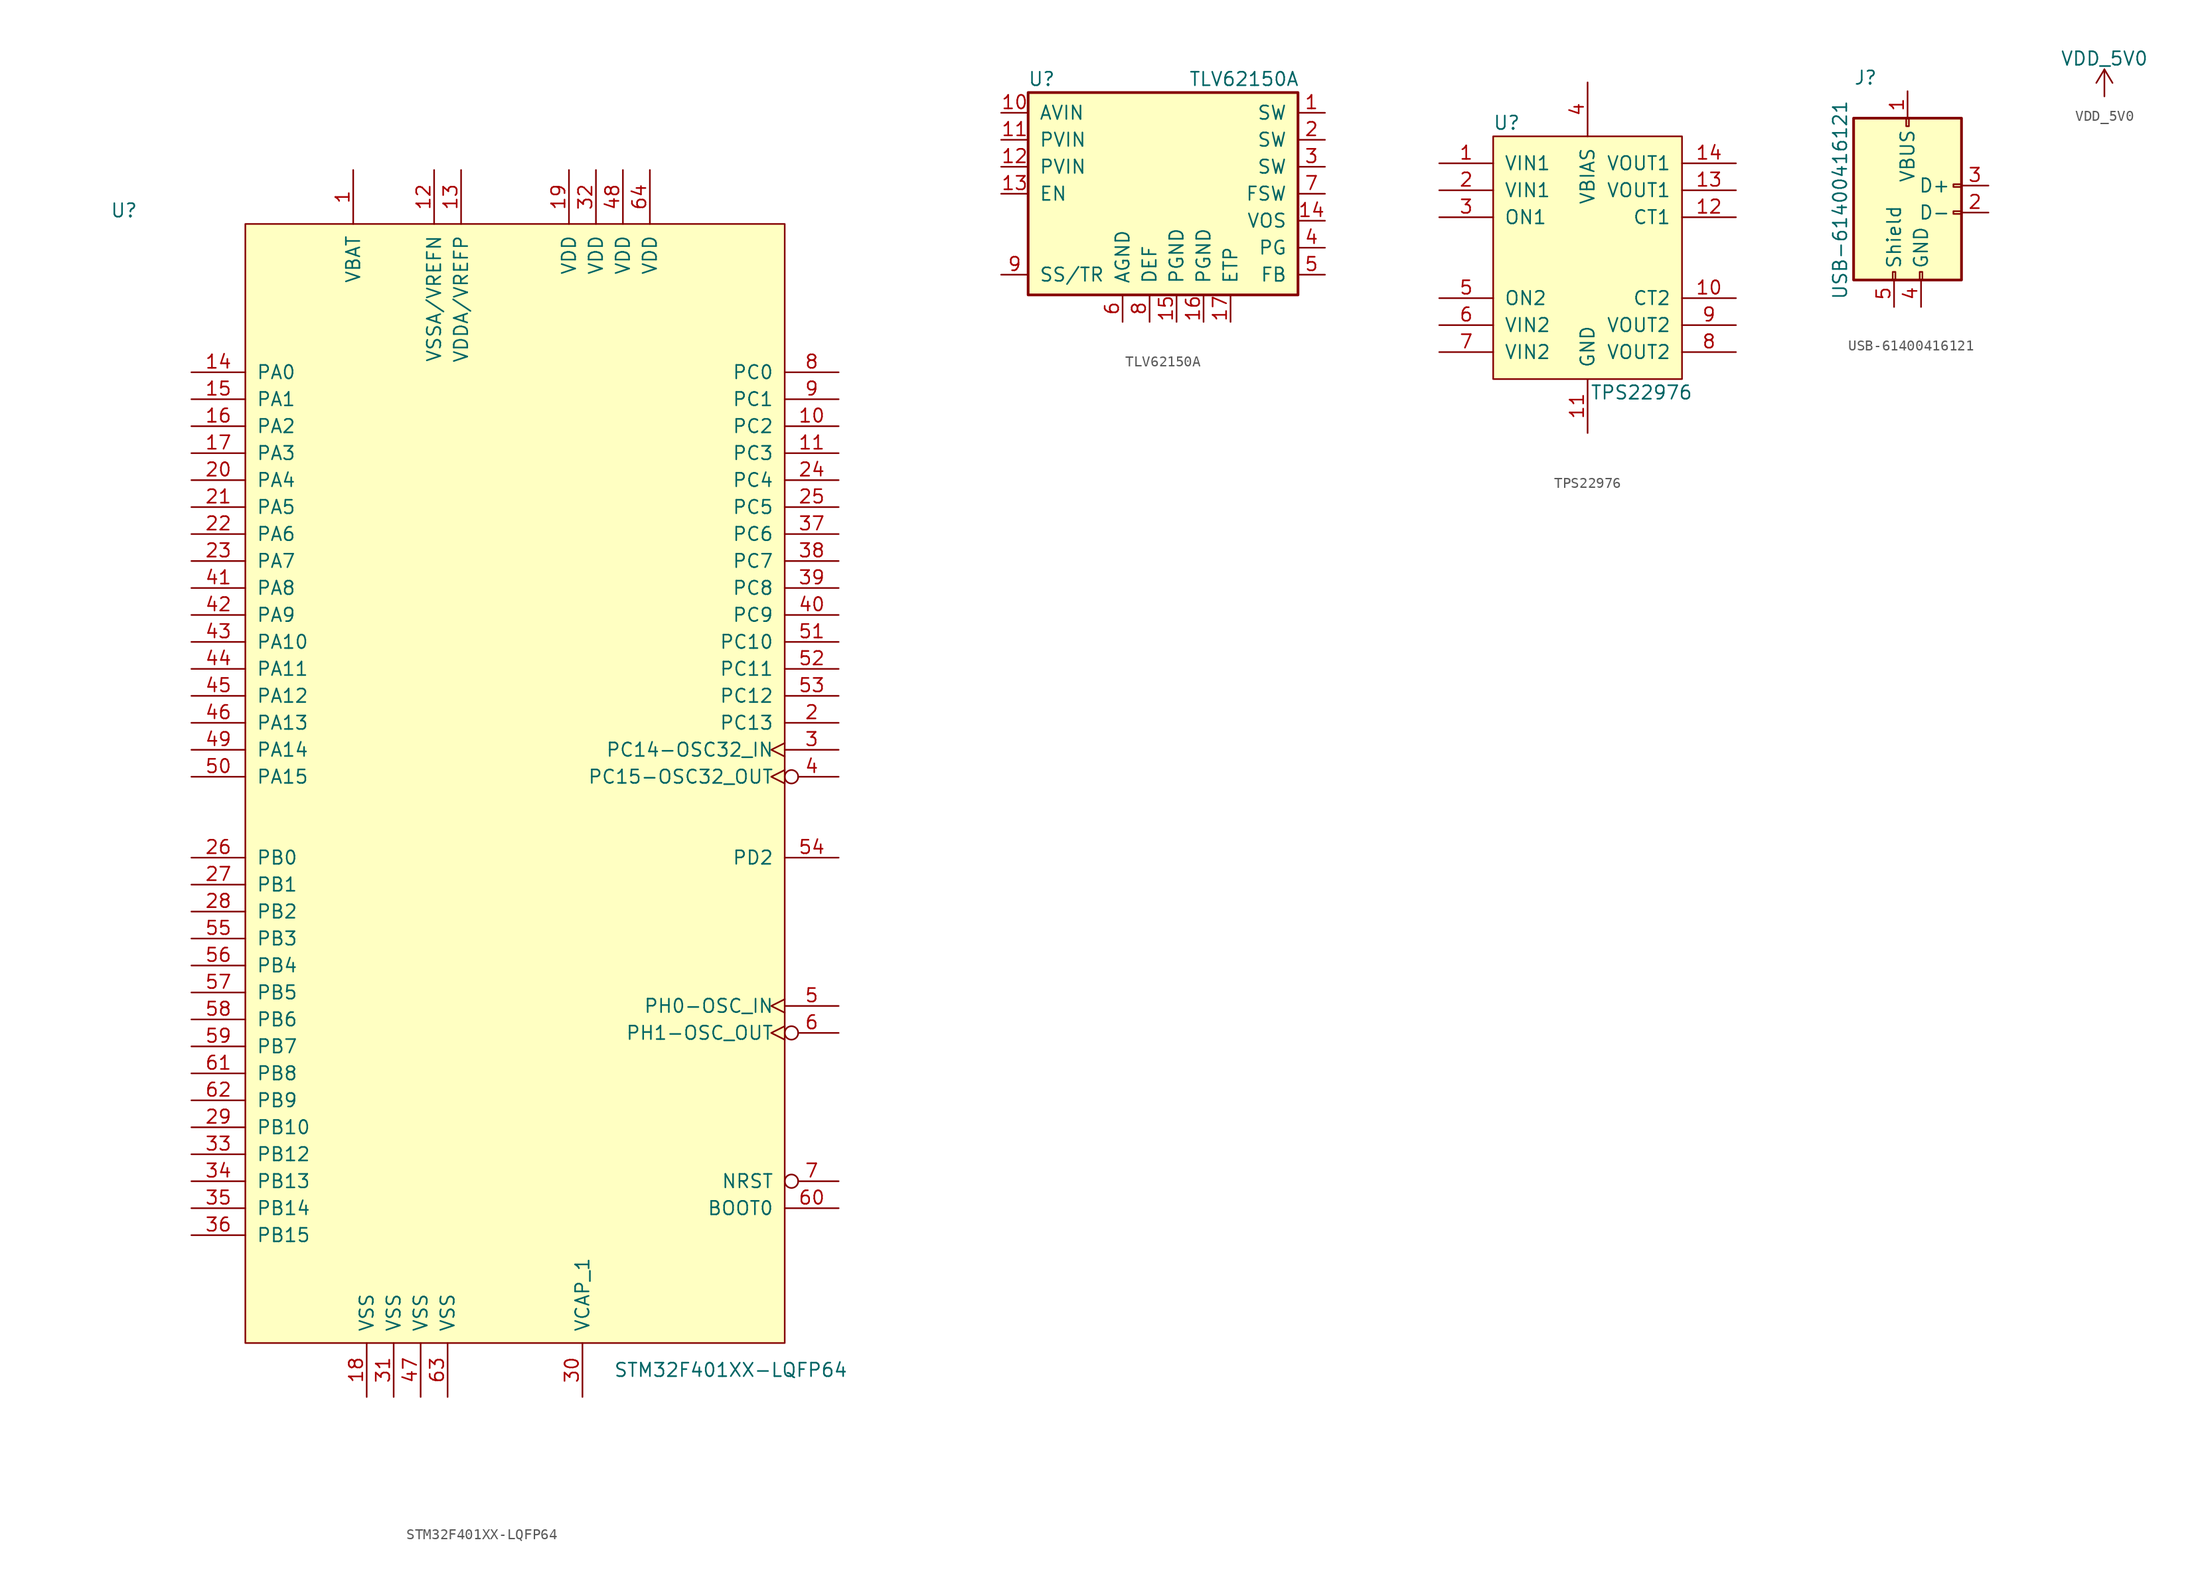
<source format=kicad_sym>
(kicad_symbol_lib
  (version 20211014)
  (generator kicad_symbol_editor)
  (symbol "STM32F401XX-LQFP64"
    (pin_names
      (offset 1.016))
    (property "Reference" "U"
      (at -36.83 77.47 0)
      (effects (font (size 1.27 1.27))))
    (property "Value" "STM32F401XX-LQFP64"
      (at 20.32 -31.75 0)
      (effects (font (size 1.27 1.27))))
    (symbol "STM32F401XX-LQFP64_0_1"
      (rectangle (start -25.4 76.2) (end 25.4 -29.21) (stroke (width 0) (type default) (color 0 0 0 0)) (fill (type background))))
    (symbol "STM32F401XX-LQFP64_1_1"
      (pin power_in line (at -15.24 81.28 270) (length 5.08) (name "VBAT" (effects (font (size 1.27 1.27)))) (number "1" (effects (font (size 1.27 1.27)))))
      (pin bidirectional line (at 30.48 57.15 180) (length 5.08) (name "PC2" (effects (font (size 1.27 1.27)))) (number "10" (effects (font (size 1.27 1.27)))))
      (pin bidirectional line (at 30.48 54.61 180) (length 5.08) (name "PC3" (effects (font (size 1.27 1.27)))) (number "11" (effects (font (size 1.27 1.27)))))
      (pin power_in line (at -7.62 81.28 270) (length 5.08) (name "VSSA/VREFN" (effects (font (size 1.27 1.27)))) (number "12" (effects (font (size 1.27 1.27)))))
      (pin power_in line (at -5.08 81.28 270) (length 5.08) (name "VDDA/VREFP" (effects (font (size 1.27 1.27)))) (number "13" (effects (font (size 1.27 1.27)))))
      (pin bidirectional line (at -30.48 62.23 0) (length 5.08) (name "PA0" (effects (font (size 1.27 1.27)))) (number "14" (effects (font (size 1.27 1.27)))))
      (pin bidirectional line (at -30.48 59.69 0) (length 5.08) (name "PA1" (effects (font (size 1.27 1.27)))) (number "15" (effects (font (size 1.27 1.27)))))
      (pin bidirectional line (at -30.48 57.15 0) (length 5.08) (name "PA2" (effects (font (size 1.27 1.27)))) (number "16" (effects (font (size 1.27 1.27)))) (alternate "UART2_TX" output line))
      (pin bidirectional line (at -30.48 54.61 0) (length 5.08) (name "PA3" (effects (font (size 1.27 1.27)))) (number "17" (effects (font (size 1.27 1.27)))) (alternate "UART2_RX" input line))
      (pin power_in line (at -13.97 -34.29 90) (length 5.08) (name "VSS" (effects (font (size 1.27 1.27)))) (number "18" (effects (font (size 1.27 1.27)))))
      (pin power_in line (at 5.08 81.28 270) (length 5.08) (name "VDD" (effects (font (size 1.27 1.27)))) (number "19" (effects (font (size 1.27 1.27)))))
      (pin bidirectional line (at 30.48 29.21 180) (length 5.08) (name "PC13" (effects (font (size 1.27 1.27)))) (number "2" (effects (font (size 1.27 1.27)))))
      (pin bidirectional line (at -30.48 52.07 0) (length 5.08) (name "PA4" (effects (font (size 1.27 1.27)))) (number "20" (effects (font (size 1.27 1.27)))))
      (pin bidirectional line (at -30.48 49.53 0) (length 5.08) (name "PA5" (effects (font (size 1.27 1.27)))) (number "21" (effects (font (size 1.27 1.27)))))
      (pin bidirectional line (at -30.48 46.99 0) (length 5.08) (name "PA6" (effects (font (size 1.27 1.27)))) (number "22" (effects (font (size 1.27 1.27)))))
      (pin bidirectional line (at -30.48 44.45 0) (length 5.08) (name "PA7" (effects (font (size 1.27 1.27)))) (number "23" (effects (font (size 1.27 1.27)))))
      (pin bidirectional line (at 30.48 52.07 180) (length 5.08) (name "PC4" (effects (font (size 1.27 1.27)))) (number "24" (effects (font (size 1.27 1.27)))))
      (pin bidirectional line (at 30.48 49.53 180) (length 5.08) (name "PC5" (effects (font (size 1.27 1.27)))) (number "25" (effects (font (size 1.27 1.27)))))
      (pin bidirectional line (at -30.48 16.51 0) (length 5.08) (name "PB0" (effects (font (size 1.27 1.27)))) (number "26" (effects (font (size 1.27 1.27)))))
      (pin bidirectional line (at -30.48 13.97 0) (length 5.08) (name "PB1" (effects (font (size 1.27 1.27)))) (number "27" (effects (font (size 1.27 1.27)))))
      (pin bidirectional line (at -30.48 11.43 0) (length 5.08) (name "PB2" (effects (font (size 1.27 1.27)))) (number "28" (effects (font (size 1.27 1.27)))))
      (pin bidirectional line (at -30.48 -8.89 0) (length 5.08) (name "PB10" (effects (font (size 1.27 1.27)))) (number "29" (effects (font (size 1.27 1.27)))))
      (pin bidirectional clock (at 30.48 26.67 180) (length 5.08) (name "PC14-OSC32_IN" (effects (font (size 1.27 1.27)))) (number "3" (effects (font (size 1.27 1.27)))))
      (pin passive line (at 6.35 -34.29 90) (length 5.08) (name "VCAP_1" (effects (font (size 1.27 1.27)))) (number "30" (effects (font (size 1.27 1.27)))))
      (pin power_in line (at -11.43 -34.29 90) (length 5.08) (name "VSS" (effects (font (size 1.27 1.27)))) (number "31" (effects (font (size 1.27 1.27)))))
      (pin power_in line (at 7.62 81.28 270) (length 5.08) (name "VDD" (effects (font (size 1.27 1.27)))) (number "32" (effects (font (size 1.27 1.27)))))
      (pin bidirectional line (at -30.48 -11.43 0) (length 5.08) (name "PB12" (effects (font (size 1.27 1.27)))) (number "33" (effects (font (size 1.27 1.27)))))
      (pin bidirectional line (at -30.48 -13.97 0) (length 5.08) (name "PB13" (effects (font (size 1.27 1.27)))) (number "34" (effects (font (size 1.27 1.27)))))
      (pin bidirectional line (at -30.48 -16.51 0) (length 5.08) (name "PB14" (effects (font (size 1.27 1.27)))) (number "35" (effects (font (size 1.27 1.27)))))
      (pin bidirectional line (at -30.48 -19.05 0) (length 5.08) (name "PB15" (effects (font (size 1.27 1.27)))) (number "36" (effects (font (size 1.27 1.27)))))
      (pin bidirectional line (at 30.48 46.99 180) (length 5.08) (name "PC6" (effects (font (size 1.27 1.27)))) (number "37" (effects (font (size 1.27 1.27)))) (alternate "UART6_TX" output line))
      (pin bidirectional line (at 30.48 44.45 180) (length 5.08) (name "PC7" (effects (font (size 1.27 1.27)))) (number "38" (effects (font (size 1.27 1.27)))) (alternate "UART6_RX" input line))
      (pin bidirectional line (at 30.48 41.91 180) (length 5.08) (name "PC8" (effects (font (size 1.27 1.27)))) (number "39" (effects (font (size 1.27 1.27)))))
      (pin bidirectional inverted_clock (at 30.48 24.13 180) (length 5.08) (name "PC15-OSC32_OUT" (effects (font (size 1.27 1.27)))) (number "4" (effects (font (size 1.27 1.27)))))
      (pin bidirectional line (at 30.48 39.37 180) (length 5.08) (name "PC9" (effects (font (size 1.27 1.27)))) (number "40" (effects (font (size 1.27 1.27)))))
      (pin bidirectional line (at -30.48 41.91 0) (length 5.08) (name "PA8" (effects (font (size 1.27 1.27)))) (number "41" (effects (font (size 1.27 1.27)))) (alternate "USB_SOF" output line))
      (pin bidirectional line (at -30.48 39.37 0) (length 5.08) (name "PA9" (effects (font (size 1.27 1.27)))) (number "42" (effects (font (size 1.27 1.27)))) (alternate "USB_VBUS" input line))
      (pin bidirectional line (at -30.48 36.83 0) (length 5.08) (name "PA10" (effects (font (size 1.27 1.27)))) (number "43" (effects (font (size 1.27 1.27)))) (alternate "USB_ID" input line))
      (pin bidirectional line (at -30.48 34.29 0) (length 5.08) (name "PA11" (effects (font (size 1.27 1.27)))) (number "44" (effects (font (size 1.27 1.27)))) (alternate "UART6_TX" output line) (alternate "USB_DM" bidirectional line))
      (pin bidirectional line (at -30.48 31.75 0) (length 5.08) (name "PA12" (effects (font (size 1.27 1.27)))) (number "45" (effects (font (size 1.27 1.27)))) (alternate "UART6_RX" input line) (alternate "USB_DP" bidirectional line))
      (pin bidirectional line (at -30.48 29.21 0) (length 5.08) (name "PA13" (effects (font (size 1.27 1.27)))) (number "46" (effects (font (size 1.27 1.27)))) (alternate "JTAG_TMS" input line))
      (pin power_in line (at -8.89 -34.29 90) (length 5.08) (name "VSS" (effects (font (size 1.27 1.27)))) (number "47" (effects (font (size 1.27 1.27)))))
      (pin power_in line (at 10.16 81.28 270) (length 5.08) (name "VDD" (effects (font (size 1.27 1.27)))) (number "48" (effects (font (size 1.27 1.27)))))
      (pin bidirectional line (at -30.48 26.67 0) (length 5.08) (name "PA14" (effects (font (size 1.27 1.27)))) (number "49" (effects (font (size 1.27 1.27)))) (alternate "JTAG_TCK" input line))
      (pin bidirectional clock (at 30.48 2.54 180) (length 5.08) (name "PH0-OSC_IN" (effects (font (size 1.27 1.27)))) (number "5" (effects (font (size 1.27 1.27)))))
      (pin bidirectional line (at -30.48 24.13 0) (length 5.08) (name "PA15" (effects (font (size 1.27 1.27)))) (number "50" (effects (font (size 1.27 1.27)))) (alternate "JTAG_TDI" input line))
      (pin bidirectional line (at 30.48 36.83 180) (length 5.08) (name "PC10" (effects (font (size 1.27 1.27)))) (number "51" (effects (font (size 1.27 1.27)))))
      (pin bidirectional line (at 30.48 34.29 180) (length 5.08) (name "PC11" (effects (font (size 1.27 1.27)))) (number "52" (effects (font (size 1.27 1.27)))))
      (pin bidirectional line (at 30.48 31.75 180) (length 5.08) (name "PC12" (effects (font (size 1.27 1.27)))) (number "53" (effects (font (size 1.27 1.27)))))
      (pin bidirectional line (at 30.48 16.51 180) (length 5.08) (name "PD2" (effects (font (size 1.27 1.27)))) (number "54" (effects (font (size 1.27 1.27)))))
      (pin bidirectional line (at -30.48 8.89 0) (length 5.08) (name "PB3" (effects (font (size 1.27 1.27)))) (number "55" (effects (font (size 1.27 1.27)))) (alternate "JTAG_TDO" output line))
      (pin bidirectional line (at -30.48 6.35 0) (length 5.08) (name "PB4" (effects (font (size 1.27 1.27)))) (number "56" (effects (font (size 1.27 1.27)))) (alternate "JTAG_TNRST" input inverted))
      (pin bidirectional line (at -30.48 3.81 0) (length 5.08) (name "PB5" (effects (font (size 1.27 1.27)))) (number "57" (effects (font (size 1.27 1.27)))))
      (pin bidirectional line (at -30.48 1.27 0) (length 5.08) (name "PB6" (effects (font (size 1.27 1.27)))) (number "58" (effects (font (size 1.27 1.27)))) (alternate "UART1_TX" output line))
      (pin bidirectional line (at -30.48 -1.27 0) (length 5.08) (name "PB7" (effects (font (size 1.27 1.27)))) (number "59" (effects (font (size 1.27 1.27)))) (alternate "UART1_RX" input line))
      (pin bidirectional inverted_clock (at 30.48 0 180) (length 5.08) (name "PH1-OSC_OUT" (effects (font (size 1.27 1.27)))) (number "6" (effects (font (size 1.27 1.27)))))
      (pin input line (at 30.48 -16.51 180) (length 5.08) (name "BOOT0" (effects (font (size 1.27 1.27)))) (number "60" (effects (font (size 1.27 1.27)))))
      (pin bidirectional line (at -30.48 -3.81 0) (length 5.08) (name "PB8" (effects (font (size 1.27 1.27)))) (number "61" (effects (font (size 1.27 1.27)))))
      (pin bidirectional line (at -30.48 -6.35 0) (length 5.08) (name "PB9" (effects (font (size 1.27 1.27)))) (number "62" (effects (font (size 1.27 1.27)))))
      (pin power_in line (at -6.35 -34.29 90) (length 5.08) (name "VSS" (effects (font (size 1.27 1.27)))) (number "63" (effects (font (size 1.27 1.27)))))
      (pin power_in line (at 12.7 81.28 270) (length 5.08) (name "VDD" (effects (font (size 1.27 1.27)))) (number "64" (effects (font (size 1.27 1.27)))))
      (pin input inverted (at 30.48 -13.97 180) (length 5.08) (name "NRST" (effects (font (size 1.27 1.27)))) (number "7" (effects (font (size 1.27 1.27)))))
      (pin bidirectional line (at 30.48 62.23 180) (length 5.08) (name "PC0" (effects (font (size 1.27 1.27)))) (number "8" (effects (font (size 1.27 1.27)))))
      (pin bidirectional line (at 30.48 59.69 180) (length 5.08) (name "PC1" (effects (font (size 1.27 1.27)))) (number "9" (effects (font (size 1.27 1.27)))))))
  (symbol "TLV62150A"
    (pin_names
      (offset 1.016))
    (property "Reference" "U"
      (at -11.43 10.16 0)
      (effects (font (size 1.27 1.27))))
    (property "Value" "TLV62150A"
      (at 7.62 10.16 0)
      (effects (font (size 1.27 1.27))))
    (symbol "TLV62150A_0_1"
      (rectangle (start 12.7 -10.16) (end -12.7 8.89) (stroke (width 0.254) (type default) (color 0 0 0 0)) (fill (type background))))
    (symbol "TLV62150A_1_1"
      (pin output line (at 15.24 6.985 180) (length 2.54) (name "SW" (effects (font (size 1.27 1.27)))) (number "1" (effects (font (size 1.27 1.27)))))
      (pin power_in line (at -15.24 6.985 0) (length 2.54) (name "AVIN" (effects (font (size 1.27 1.27)))) (number "10" (effects (font (size 1.27 1.27)))))
      (pin power_in line (at -15.24 4.445 0) (length 2.54) (name "PVIN" (effects (font (size 1.27 1.27)))) (number "11" (effects (font (size 1.27 1.27)))))
      (pin power_in line (at -15.24 1.905 0) (length 2.54) (name "PVIN" (effects (font (size 1.27 1.27)))) (number "12" (effects (font (size 1.27 1.27)))))
      (pin input line (at -15.24 -0.635 0) (length 2.54) (name "EN" (effects (font (size 1.27 1.27)))) (number "13" (effects (font (size 1.27 1.27)))))
      (pin input line (at 15.24 -3.175 180) (length 2.54) (name "VOS" (effects (font (size 1.27 1.27)))) (number "14" (effects (font (size 1.27 1.27)))))
      (pin power_in line (at 1.27 -12.7 90) (length 2.54) (name "PGND" (effects (font (size 1.27 1.27)))) (number "15" (effects (font (size 1.27 1.27)))))
      (pin power_in line (at 3.81 -12.7 90) (length 2.54) (name "PGND" (effects (font (size 1.27 1.27)))) (number "16" (effects (font (size 1.27 1.27)))))
      (pin power_in line (at 6.35 -12.7 90) (length 2.54) (name "ETP" (effects (font (size 1.27 1.27)))) (number "17" (effects (font (size 1.27 1.27)))))
      (pin passive line (at 15.24 4.445 180) (length 2.54) (name "SW" (effects (font (size 1.27 1.27)))) (number "2" (effects (font (size 1.27 1.27)))))
      (pin passive line (at 15.24 1.905 180) (length 2.54) (name "SW" (effects (font (size 1.27 1.27)))) (number "3" (effects (font (size 1.27 1.27)))))
      (pin output line (at 15.24 -5.715 180) (length 2.54) (name "PG" (effects (font (size 1.27 1.27)))) (number "4" (effects (font (size 1.27 1.27)))))
      (pin input line (at 15.24 -8.255 180) (length 2.54) (name "FB" (effects (font (size 1.27 1.27)))) (number "5" (effects (font (size 1.27 1.27)))))
      (pin power_in line (at -3.81 -12.7 90) (length 2.54) (name "AGND" (effects (font (size 1.27 1.27)))) (number "6" (effects (font (size 1.27 1.27)))))
      (pin input line (at 15.24 -0.635 180) (length 2.54) (name "FSW" (effects (font (size 1.27 1.27)))) (number "7" (effects (font (size 1.27 1.27)))))
      (pin input line (at -1.27 -12.7 90) (length 2.54) (name "DEF" (effects (font (size 1.27 1.27)))) (number "8" (effects (font (size 1.27 1.27)))))
      (pin input line (at -15.24 -8.255 0) (length 2.54) (name "SS/TR" (effects (font (size 1.27 1.27)))) (number "9" (effects (font (size 1.27 1.27)))))))
  (symbol "TPS22976"
    (pin_names
      (offset 1.016))
    (property "Reference" "U"
      (at -7.62 12.7 0)
      (effects (font (size 1.27 1.27))))
    (property "Value" "TPS22976"
      (at 5.08 -12.7 0)
      (effects (font (size 1.27 1.27))))
    (symbol "TPS22976_0_1"
      (rectangle (start -8.89 11.43) (end 8.89 -11.43) (stroke (width 0) (type default) (color 0 0 0 0)) (fill (type background))))
    (symbol "TPS22976_1_1"
      (pin power_in line (at -13.97 8.89 0) (length 5.08) (name "VIN1" (effects (font (size 1.27 1.27)))) (number "1" (effects (font (size 1.27 1.27)))))
      (pin passive line (at 13.97 -3.81 180) (length 5.08) (name "CT2" (effects (font (size 1.27 1.27)))) (number "10" (effects (font (size 1.27 1.27)))))
      (pin power_in line (at 0 -16.51 90) (length 5.08) (name "GND" (effects (font (size 1.27 1.27)))) (number "11" (effects (font (size 1.27 1.27)))))
      (pin passive line (at 13.97 3.81 180) (length 5.08) (name "CT1" (effects (font (size 1.27 1.27)))) (number "12" (effects (font (size 1.27 1.27)))))
      (pin passive line (at 13.97 6.35 180) (length 5.08) (name "VOUT1" (effects (font (size 1.27 1.27)))) (number "13" (effects (font (size 1.27 1.27)))))
      (pin power_out line (at 13.97 8.89 180) (length 5.08) (name "VOUT1" (effects (font (size 1.27 1.27)))) (number "14" (effects (font (size 1.27 1.27)))))
      (pin power_in line (at -13.97 6.35 0) (length 5.08) (name "VIN1" (effects (font (size 1.27 1.27)))) (number "2" (effects (font (size 1.27 1.27)))))
      (pin input line (at -13.97 3.81 0) (length 5.08) (name "ON1" (effects (font (size 1.27 1.27)))) (number "3" (effects (font (size 1.27 1.27)))))
      (pin power_in line (at 0 16.51 270) (length 5.08) (name "VBIAS" (effects (font (size 1.27 1.27)))) (number "4" (effects (font (size 1.27 1.27)))))
      (pin input line (at -13.97 -3.81 0) (length 5.08) (name "ON2" (effects (font (size 1.27 1.27)))) (number "5" (effects (font (size 1.27 1.27)))))
      (pin power_in line (at -13.97 -6.35 0) (length 5.08) (name "VIN2" (effects (font (size 1.27 1.27)))) (number "6" (effects (font (size 1.27 1.27)))))
      (pin power_in line (at -13.97 -8.89 0) (length 5.08) (name "VIN2" (effects (font (size 1.27 1.27)))) (number "7" (effects (font (size 1.27 1.27)))))
      (pin power_out line (at 13.97 -8.89 180) (length 5.08) (name "VOUT2" (effects (font (size 1.27 1.27)))) (number "8" (effects (font (size 1.27 1.27)))))
      (pin passive line (at 13.97 -6.35 180) (length 5.08) (name "VOUT2" (effects (font (size 1.27 1.27)))) (number "9" (effects (font (size 1.27 1.27)))))))
  (symbol "USB-61400416121"
    (pin_names
      (offset 1.016))
    (property "Reference" "J"
      (at -5.08 11.43 0)
      (effects (font (size 1.27 1.27)) (justify left)))
    (property "Value" "USB-61400416121"
      (at -6.35 -9.525 90)
      (effects (font (size 1.27 1.27)) (justify left)))
    (symbol "USB-61400416121_0_1"
      (rectangle (start -5.08 -7.62) (end 5.08 7.62) (stroke (width 0.254) (type default) (color 0 0 0 0)) (fill (type background)))
      (rectangle (start 0.127 7.62) (end -0.127 6.858) (stroke (width 0) (type default) (color 0 0 0 0)) (fill (type none)))
      (rectangle (start 1.143 -7.62) (end 1.397 -6.858) (stroke (width 0) (type default) (color 0 0 0 0)) (fill (type none)))
      (rectangle (start 5.08 -1.397) (end 4.318 -1.143) (stroke (width 0) (type default) (color 0 0 0 0)) (fill (type none)))
      (rectangle (start 5.08 1.143) (end 4.318 1.397) (stroke (width 0) (type default) (color 0 0 0 0)) (fill (type none))))
    (symbol "USB-61400416121_1_1"
      (rectangle (start -1.397 -7.62) (end -1.143 -6.858) (stroke (width 0) (type default) (color 0 0 0 0)) (fill (type none)))
      (pin power_out line (at 0 10.16 270) (length 2.54) (name "VBUS" (effects (font (size 1.27 1.27)))) (number "1" (effects (font (size 1.27 1.27)))))
      (pin passive line (at 7.62 -1.27 180) (length 2.54) (name "D-" (effects (font (size 1.27 1.27)))) (number "2" (effects (font (size 1.27 1.27)))))
      (pin passive line (at 7.62 1.27 180) (length 2.54) (name "D+" (effects (font (size 1.27 1.27)))) (number "3" (effects (font (size 1.27 1.27)))))
      (pin power_out line (at 1.27 -10.16 90) (length 2.54) (name "GND" (effects (font (size 1.27 1.27)))) (number "4" (effects (font (size 1.27 1.27)))))
      (pin passive line (at -1.27 -10.16 90) (length 2.54) (name "Shield" (effects (font (size 1.27 1.27)))) (number "5" (effects (font (size 1.27 1.27)))))))
  (symbol "VDD_5V0"
    (power)
    (pin_names
      (offset 0))
    (property "Reference" "#PWR"
      (at 0 -3.81 0)
      (effects (font (size 1.27 1.27)) hide))
    (property "Value" "VDD_5V0"
      (at 0 3.556 0)
      (effects (font (size 1.27 1.27))))
    (symbol "VDD_5V0_0_1"
      (polyline (pts (xy -0.762 1.27) (xy 0 2.54)) (stroke (width 0) (type default) (color 0 0 0 0)) (fill (type none)))
      (polyline (pts (xy 0 0) (xy 0 2.54)) (stroke (width 0) (type default) (color 0 0 0 0)) (fill (type none)))
      (polyline (pts (xy 0 2.54) (xy 0.762 1.27)) (stroke (width 0) (type default) (color 0 0 0 0)) (fill (type none))))
    (symbol "VDD_5V0_1_1"
      (pin power_in line (at 0 0 90) (length 0) hide (name "VDD_5V0" (effects (font (size 1.27 1.27)))) (number "1" (effects (font (size 1.27 1.27))))))))
</source>
